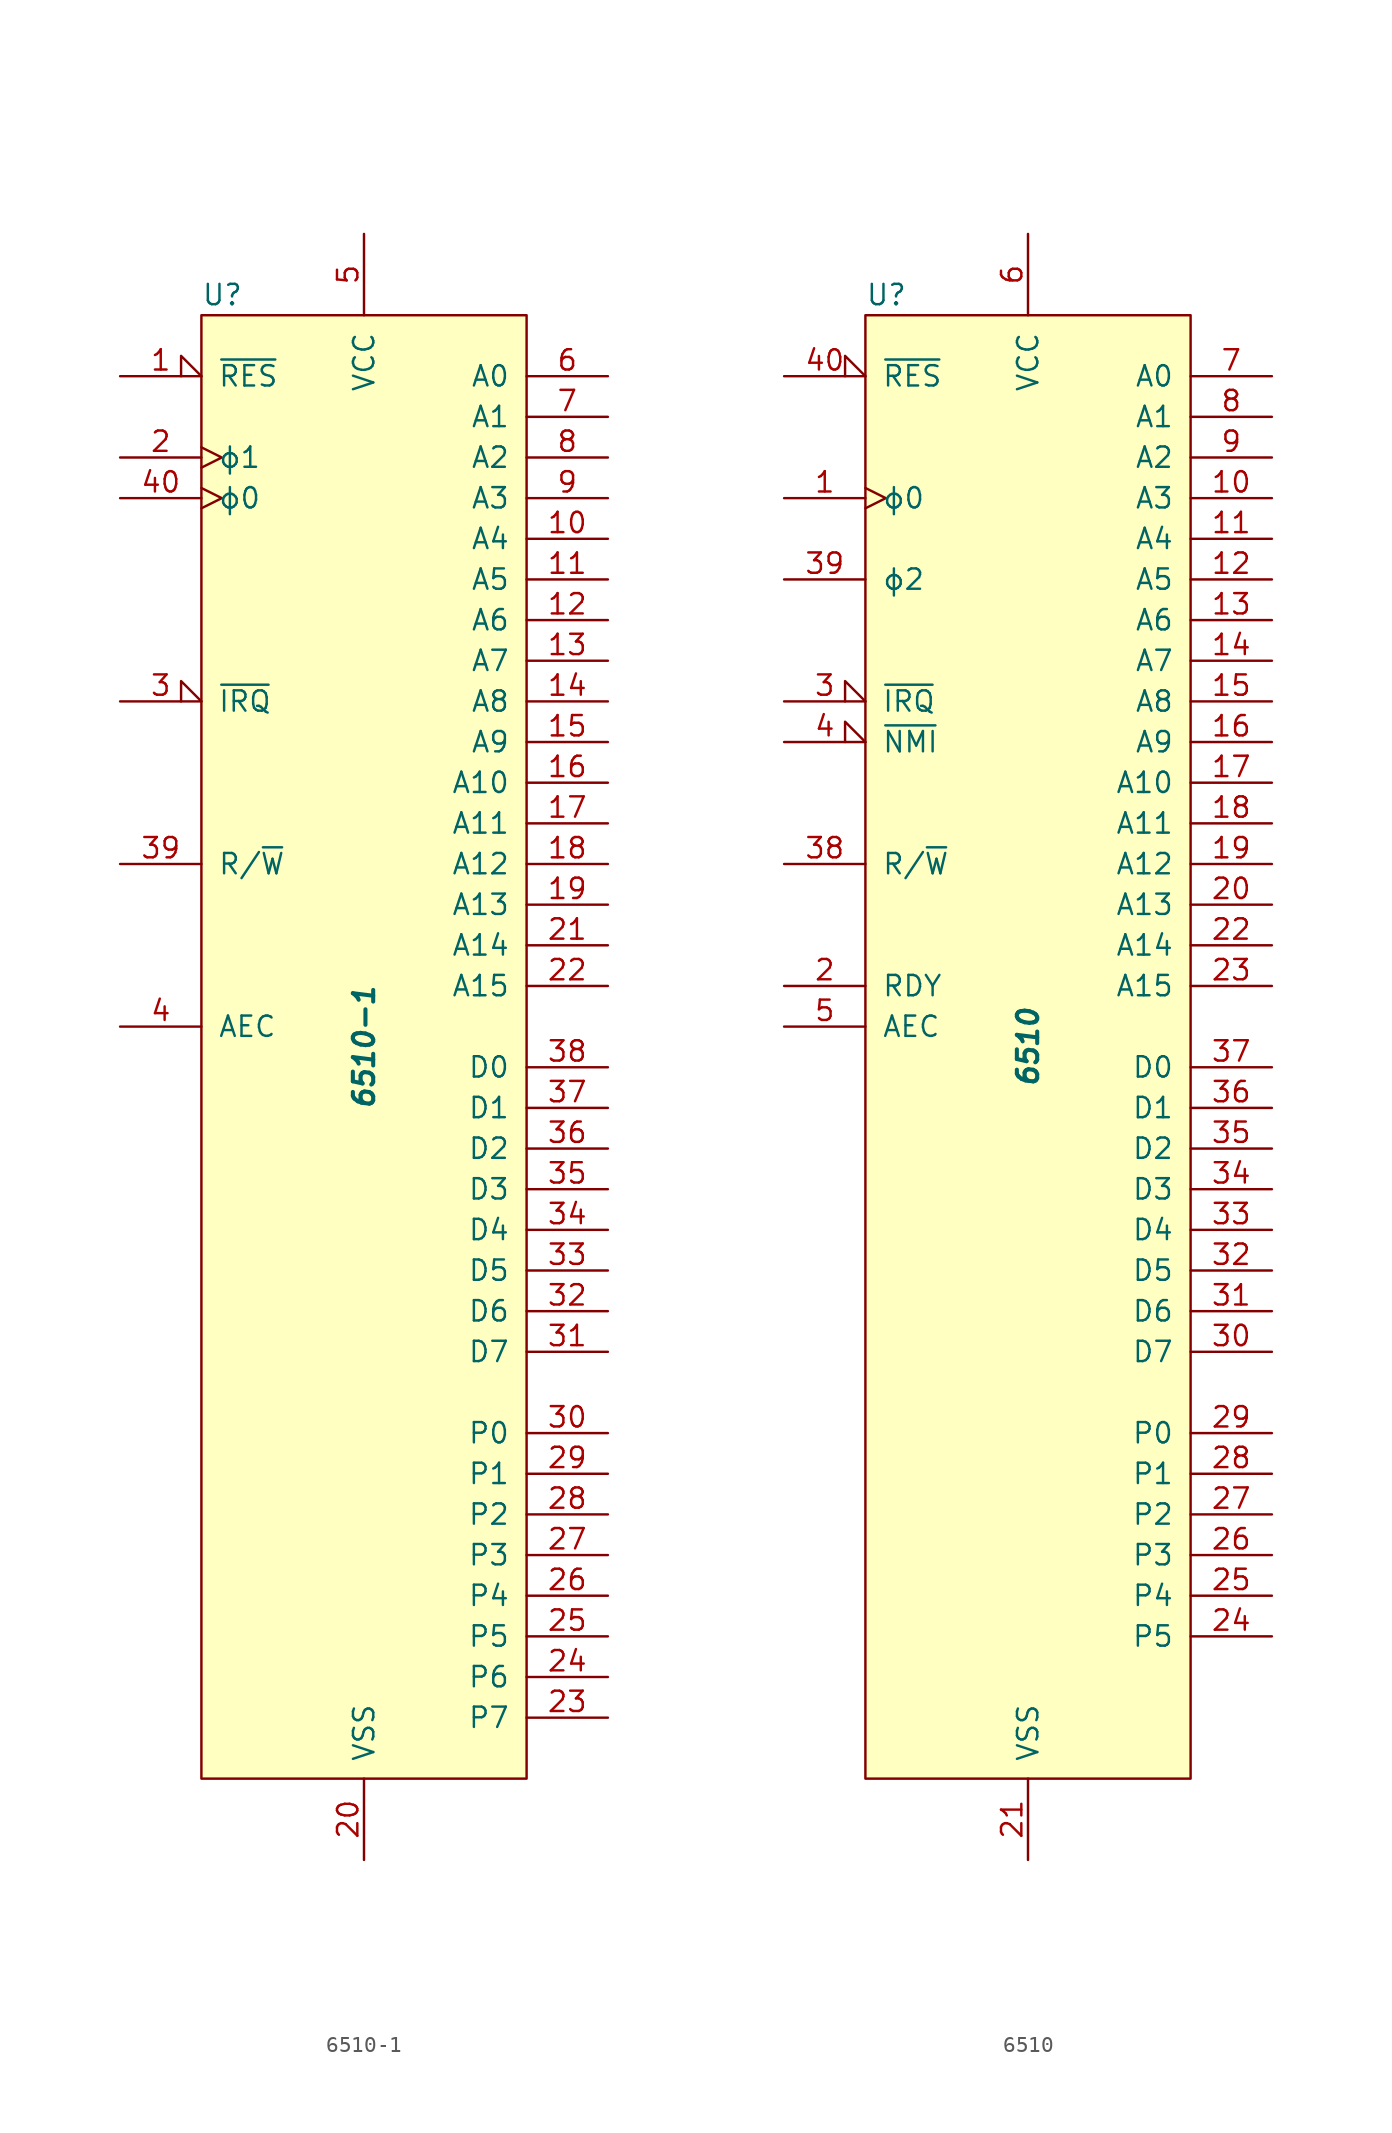
<source format=kicad_sym>
(kicad_symbol_lib
  (version 20211014)
  (generator kicad_symbol_editor)
  (symbol "6510-1"
    (pin_names
      (offset 1.016))
    (property "Reference" "U"
      (at -10.16 46.99 0)
      (effects (font (size 1.27 1.27)) (justify left)))
    (property "Value" "6510-1"
      (at 0 0 90)
      (effects (font (size 1.27 1.27) bold italic)))
    (symbol "6510-1_0_1"
      (rectangle (start -10.16 45.72) (end 10.16 -45.72) (stroke (width 0) (type default) (color 0 0 0 0)) (fill (type background))))
    (symbol "6510-1_1_1"
      (pin input input_low (at -15.24 41.91 0) (length 5.08) (name "~{RES}" (effects (font (size 1.27 1.27)))) (number "1" (effects (font (size 1.27 1.27)))))
      (pin tri_state line (at 15.24 31.75 180) (length 5.08) (name "A4" (effects (font (size 1.27 1.27)))) (number "10" (effects (font (size 1.27 1.27)))))
      (pin tri_state line (at 15.24 29.21 180) (length 5.08) (name "A5" (effects (font (size 1.27 1.27)))) (number "11" (effects (font (size 1.27 1.27)))))
      (pin tri_state line (at 15.24 26.67 180) (length 5.08) (name "A6" (effects (font (size 1.27 1.27)))) (number "12" (effects (font (size 1.27 1.27)))))
      (pin tri_state line (at 15.24 24.13 180) (length 5.08) (name "A7" (effects (font (size 1.27 1.27)))) (number "13" (effects (font (size 1.27 1.27)))))
      (pin tri_state line (at 15.24 21.59 180) (length 5.08) (name "A8" (effects (font (size 1.27 1.27)))) (number "14" (effects (font (size 1.27 1.27)))))
      (pin tri_state line (at 15.24 19.05 180) (length 5.08) (name "A9" (effects (font (size 1.27 1.27)))) (number "15" (effects (font (size 1.27 1.27)))))
      (pin tri_state line (at 15.24 16.51 180) (length 5.08) (name "A10" (effects (font (size 1.27 1.27)))) (number "16" (effects (font (size 1.27 1.27)))))
      (pin tri_state line (at 15.24 13.97 180) (length 5.08) (name "A11" (effects (font (size 1.27 1.27)))) (number "17" (effects (font (size 1.27 1.27)))))
      (pin tri_state line (at 15.24 11.43 180) (length 5.08) (name "A12" (effects (font (size 1.27 1.27)))) (number "18" (effects (font (size 1.27 1.27)))))
      (pin tri_state line (at 15.24 8.89 180) (length 5.08) (name "A13" (effects (font (size 1.27 1.27)))) (number "19" (effects (font (size 1.27 1.27)))))
      (pin input clock (at -15.24 36.83 0) (length 5.08) (name "ϕ1" (effects (font (size 1.27 1.27)))) (number "2" (effects (font (size 1.27 1.27)))))
      (pin power_in line (at 0 -50.8 90) (length 5.08) (name "VSS" (effects (font (size 1.27 1.27)))) (number "20" (effects (font (size 1.27 1.27)))))
      (pin tri_state line (at 15.24 6.35 180) (length 5.08) (name "A14" (effects (font (size 1.27 1.27)))) (number "21" (effects (font (size 1.27 1.27)))))
      (pin tri_state line (at 15.24 3.81 180) (length 5.08) (name "A15" (effects (font (size 1.27 1.27)))) (number "22" (effects (font (size 1.27 1.27)))))
      (pin bidirectional line (at 15.24 -41.91 180) (length 5.08) (name "P7" (effects (font (size 1.27 1.27)))) (number "23" (effects (font (size 1.27 1.27)))))
      (pin bidirectional line (at 15.24 -39.37 180) (length 5.08) (name "P6" (effects (font (size 1.27 1.27)))) (number "24" (effects (font (size 1.27 1.27)))))
      (pin bidirectional line (at 15.24 -36.83 180) (length 5.08) (name "P5" (effects (font (size 1.27 1.27)))) (number "25" (effects (font (size 1.27 1.27)))))
      (pin bidirectional line (at 15.24 -34.29 180) (length 5.08) (name "P4" (effects (font (size 1.27 1.27)))) (number "26" (effects (font (size 1.27 1.27)))))
      (pin bidirectional line (at 15.24 -31.75 180) (length 5.08) (name "P3" (effects (font (size 1.27 1.27)))) (number "27" (effects (font (size 1.27 1.27)))))
      (pin bidirectional line (at 15.24 -29.21 180) (length 5.08) (name "P2" (effects (font (size 1.27 1.27)))) (number "28" (effects (font (size 1.27 1.27)))))
      (pin bidirectional line (at 15.24 -26.67 180) (length 5.08) (name "P1" (effects (font (size 1.27 1.27)))) (number "29" (effects (font (size 1.27 1.27)))))
      (pin input input_low (at -15.24 21.59 0) (length 5.08) (name "~{IRQ}" (effects (font (size 1.27 1.27)))) (number "3" (effects (font (size 1.27 1.27)))))
      (pin bidirectional line (at 15.24 -24.13 180) (length 5.08) (name "P0" (effects (font (size 1.27 1.27)))) (number "30" (effects (font (size 1.27 1.27)))))
      (pin bidirectional line (at 15.24 -19.05 180) (length 5.08) (name "D7" (effects (font (size 1.27 1.27)))) (number "31" (effects (font (size 1.27 1.27)))))
      (pin bidirectional line (at 15.24 -16.51 180) (length 5.08) (name "D6" (effects (font (size 1.27 1.27)))) (number "32" (effects (font (size 1.27 1.27)))))
      (pin bidirectional line (at 15.24 -13.97 180) (length 5.08) (name "D5" (effects (font (size 1.27 1.27)))) (number "33" (effects (font (size 1.27 1.27)))))
      (pin bidirectional line (at 15.24 -11.43 180) (length 5.08) (name "D4" (effects (font (size 1.27 1.27)))) (number "34" (effects (font (size 1.27 1.27)))))
      (pin bidirectional line (at 15.24 -8.89 180) (length 5.08) (name "D3" (effects (font (size 1.27 1.27)))) (number "35" (effects (font (size 1.27 1.27)))))
      (pin bidirectional line (at 15.24 -6.35 180) (length 5.08) (name "D2" (effects (font (size 1.27 1.27)))) (number "36" (effects (font (size 1.27 1.27)))))
      (pin bidirectional line (at 15.24 -3.81 180) (length 5.08) (name "D1" (effects (font (size 1.27 1.27)))) (number "37" (effects (font (size 1.27 1.27)))))
      (pin bidirectional line (at 15.24 -1.27 180) (length 5.08) (name "D0" (effects (font (size 1.27 1.27)))) (number "38" (effects (font (size 1.27 1.27)))))
      (pin tri_state line (at -15.24 11.43 0) (length 5.08) (name "R/~{W}" (effects (font (size 1.27 1.27)))) (number "39" (effects (font (size 1.27 1.27)))))
      (pin input line (at -15.24 1.27 0) (length 5.08) (name "AEC" (effects (font (size 1.27 1.27)))) (number "4" (effects (font (size 1.27 1.27)))))
      (pin input clock (at -15.24 34.29 0) (length 5.08) (name "ϕ0" (effects (font (size 1.27 1.27)))) (number "40" (effects (font (size 1.27 1.27)))))
      (pin power_in line (at 0 50.8 270) (length 5.08) (name "VCC" (effects (font (size 1.27 1.27)))) (number "5" (effects (font (size 1.27 1.27)))))
      (pin tri_state line (at 15.24 41.91 180) (length 5.08) (name "A0" (effects (font (size 1.27 1.27)))) (number "6" (effects (font (size 1.27 1.27)))))
      (pin tri_state line (at 15.24 39.37 180) (length 5.08) (name "A1" (effects (font (size 1.27 1.27)))) (number "7" (effects (font (size 1.27 1.27)))))
      (pin tri_state line (at 15.24 36.83 180) (length 5.08) (name "A2" (effects (font (size 1.27 1.27)))) (number "8" (effects (font (size 1.27 1.27)))))
      (pin tri_state line (at 15.24 34.29 180) (length 5.08) (name "A3" (effects (font (size 1.27 1.27)))) (number "9" (effects (font (size 1.27 1.27)))))))
  (symbol "6510"
    (pin_names
      (offset 1.016))
    (property "Reference" "U"
      (at -10.16 46.99 0)
      (effects (font (size 1.27 1.27)) (justify left)))
    (property "Value" "6510"
      (at 0 0 90)
      (effects (font (size 1.27 1.27) bold italic)))
    (symbol "6510_0_1"
      (rectangle (start -10.16 45.72) (end 10.16 -45.72) (stroke (width 0) (type default) (color 0 0 0 0)) (fill (type background))))
    (symbol "6510_1_1"
      (pin input clock (at -15.24 34.29 0) (length 5.08) (name "ϕ0" (effects (font (size 1.27 1.27)))) (number "1" (effects (font (size 1.27 1.27)))))
      (pin tri_state line (at 15.24 34.29 180) (length 5.08) (name "A3" (effects (font (size 1.27 1.27)))) (number "10" (effects (font (size 1.27 1.27)))))
      (pin tri_state line (at 15.24 31.75 180) (length 5.08) (name "A4" (effects (font (size 1.27 1.27)))) (number "11" (effects (font (size 1.27 1.27)))))
      (pin tri_state line (at 15.24 29.21 180) (length 5.08) (name "A5" (effects (font (size 1.27 1.27)))) (number "12" (effects (font (size 1.27 1.27)))))
      (pin tri_state line (at 15.24 26.67 180) (length 5.08) (name "A6" (effects (font (size 1.27 1.27)))) (number "13" (effects (font (size 1.27 1.27)))))
      (pin tri_state line (at 15.24 24.13 180) (length 5.08) (name "A7" (effects (font (size 1.27 1.27)))) (number "14" (effects (font (size 1.27 1.27)))))
      (pin tri_state line (at 15.24 21.59 180) (length 5.08) (name "A8" (effects (font (size 1.27 1.27)))) (number "15" (effects (font (size 1.27 1.27)))))
      (pin tri_state line (at 15.24 19.05 180) (length 5.08) (name "A9" (effects (font (size 1.27 1.27)))) (number "16" (effects (font (size 1.27 1.27)))))
      (pin tri_state line (at 15.24 16.51 180) (length 5.08) (name "A10" (effects (font (size 1.27 1.27)))) (number "17" (effects (font (size 1.27 1.27)))))
      (pin tri_state line (at 15.24 13.97 180) (length 5.08) (name "A11" (effects (font (size 1.27 1.27)))) (number "18" (effects (font (size 1.27 1.27)))))
      (pin tri_state line (at 15.24 11.43 180) (length 5.08) (name "A12" (effects (font (size 1.27 1.27)))) (number "19" (effects (font (size 1.27 1.27)))))
      (pin input line (at -15.24 3.81 0) (length 5.08) (name "RDY" (effects (font (size 1.27 1.27)))) (number "2" (effects (font (size 1.27 1.27)))))
      (pin tri_state line (at 15.24 8.89 180) (length 5.08) (name "A13" (effects (font (size 1.27 1.27)))) (number "20" (effects (font (size 1.27 1.27)))))
      (pin power_in line (at 0 -50.8 90) (length 5.08) (name "VSS" (effects (font (size 1.27 1.27)))) (number "21" (effects (font (size 1.27 1.27)))))
      (pin tri_state line (at 15.24 6.35 180) (length 5.08) (name "A14" (effects (font (size 1.27 1.27)))) (number "22" (effects (font (size 1.27 1.27)))))
      (pin tri_state line (at 15.24 3.81 180) (length 5.08) (name "A15" (effects (font (size 1.27 1.27)))) (number "23" (effects (font (size 1.27 1.27)))))
      (pin bidirectional line (at 15.24 -36.83 180) (length 5.08) (name "P5" (effects (font (size 1.27 1.27)))) (number "24" (effects (font (size 1.27 1.27)))))
      (pin bidirectional line (at 15.24 -34.29 180) (length 5.08) (name "P4" (effects (font (size 1.27 1.27)))) (number "25" (effects (font (size 1.27 1.27)))))
      (pin bidirectional line (at 15.24 -31.75 180) (length 5.08) (name "P3" (effects (font (size 1.27 1.27)))) (number "26" (effects (font (size 1.27 1.27)))))
      (pin bidirectional line (at 15.24 -29.21 180) (length 5.08) (name "P2" (effects (font (size 1.27 1.27)))) (number "27" (effects (font (size 1.27 1.27)))))
      (pin bidirectional line (at 15.24 -26.67 180) (length 5.08) (name "P1" (effects (font (size 1.27 1.27)))) (number "28" (effects (font (size 1.27 1.27)))))
      (pin bidirectional line (at 15.24 -24.13 180) (length 5.08) (name "P0" (effects (font (size 1.27 1.27)))) (number "29" (effects (font (size 1.27 1.27)))))
      (pin input input_low (at -15.24 21.59 0) (length 5.08) (name "~{IRQ}" (effects (font (size 1.27 1.27)))) (number "3" (effects (font (size 1.27 1.27)))))
      (pin bidirectional line (at 15.24 -19.05 180) (length 5.08) (name "D7" (effects (font (size 1.27 1.27)))) (number "30" (effects (font (size 1.27 1.27)))))
      (pin bidirectional line (at 15.24 -16.51 180) (length 5.08) (name "D6" (effects (font (size 1.27 1.27)))) (number "31" (effects (font (size 1.27 1.27)))))
      (pin bidirectional line (at 15.24 -13.97 180) (length 5.08) (name "D5" (effects (font (size 1.27 1.27)))) (number "32" (effects (font (size 1.27 1.27)))))
      (pin bidirectional line (at 15.24 -11.43 180) (length 5.08) (name "D4" (effects (font (size 1.27 1.27)))) (number "33" (effects (font (size 1.27 1.27)))))
      (pin bidirectional line (at 15.24 -8.89 180) (length 5.08) (name "D3" (effects (font (size 1.27 1.27)))) (number "34" (effects (font (size 1.27 1.27)))))
      (pin bidirectional line (at 15.24 -6.35 180) (length 5.08) (name "D2" (effects (font (size 1.27 1.27)))) (number "35" (effects (font (size 1.27 1.27)))))
      (pin bidirectional line (at 15.24 -3.81 180) (length 5.08) (name "D1" (effects (font (size 1.27 1.27)))) (number "36" (effects (font (size 1.27 1.27)))))
      (pin bidirectional line (at 15.24 -1.27 180) (length 5.08) (name "D0" (effects (font (size 1.27 1.27)))) (number "37" (effects (font (size 1.27 1.27)))))
      (pin tri_state line (at -15.24 11.43 0) (length 5.08) (name "R/~{W}" (effects (font (size 1.27 1.27)))) (number "38" (effects (font (size 1.27 1.27)))))
      (pin output line (at -15.24 29.21 0) (length 5.08) (name "ϕ2" (effects (font (size 1.27 1.27)))) (number "39" (effects (font (size 1.27 1.27)))))
      (pin input input_low (at -15.24 19.05 0) (length 5.08) (name "~{NMI}" (effects (font (size 1.27 1.27)))) (number "4" (effects (font (size 1.27 1.27)))))
      (pin input input_low (at -15.24 41.91 0) (length 5.08) (name "~{RES}" (effects (font (size 1.27 1.27)))) (number "40" (effects (font (size 1.27 1.27)))))
      (pin input line (at -15.24 1.27 0) (length 5.08) (name "AEC" (effects (font (size 1.27 1.27)))) (number "5" (effects (font (size 1.27 1.27)))))
      (pin power_in line (at 0 50.8 270) (length 5.08) (name "VCC" (effects (font (size 1.27 1.27)))) (number "6" (effects (font (size 1.27 1.27)))))
      (pin tri_state line (at 15.24 41.91 180) (length 5.08) (name "A0" (effects (font (size 1.27 1.27)))) (number "7" (effects (font (size 1.27 1.27)))))
      (pin tri_state line (at 15.24 39.37 180) (length 5.08) (name "A1" (effects (font (size 1.27 1.27)))) (number "8" (effects (font (size 1.27 1.27)))))
      (pin tri_state line (at 15.24 36.83 180) (length 5.08) (name "A2" (effects (font (size 1.27 1.27)))) (number "9" (effects (font (size 1.27 1.27))))))))
</source>
